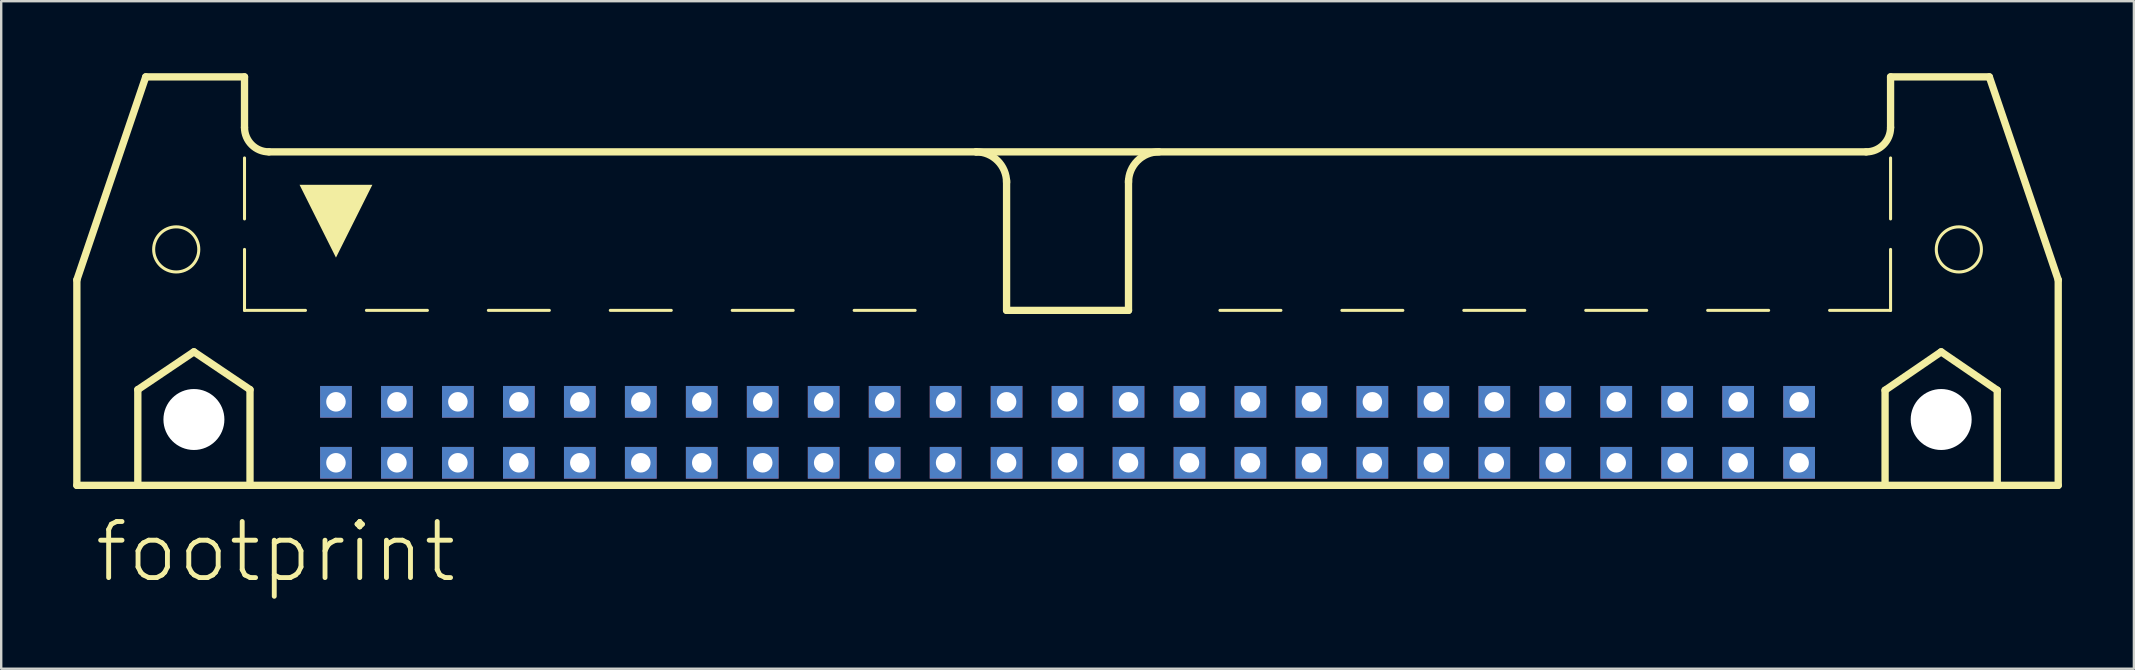
<source format=kicad_pcb>
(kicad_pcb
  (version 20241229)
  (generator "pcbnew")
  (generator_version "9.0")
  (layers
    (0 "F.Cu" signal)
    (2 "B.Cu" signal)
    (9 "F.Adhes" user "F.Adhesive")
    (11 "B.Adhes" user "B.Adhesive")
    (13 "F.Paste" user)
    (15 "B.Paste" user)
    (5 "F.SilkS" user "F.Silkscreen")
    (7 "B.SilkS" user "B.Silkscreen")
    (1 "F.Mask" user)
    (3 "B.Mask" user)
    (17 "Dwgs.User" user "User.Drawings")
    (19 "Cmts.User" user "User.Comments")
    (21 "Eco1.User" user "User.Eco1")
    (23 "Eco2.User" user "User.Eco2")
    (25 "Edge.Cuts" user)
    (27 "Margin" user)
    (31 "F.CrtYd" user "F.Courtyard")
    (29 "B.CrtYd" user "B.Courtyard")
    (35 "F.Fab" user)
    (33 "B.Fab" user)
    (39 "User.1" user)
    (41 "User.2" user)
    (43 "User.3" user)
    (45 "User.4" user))
  (footprint "footprint"
    (layer "F.Cu")
    (at 41.427 11.151)
    (property "Reference" "footprint" (at -40.64 10.16 0) (layer "F.SilkS") (effects (font (size 2.337 2.337) (thickness 0.203)) (justify left bottom)))
    (fp_line (start -41.275 -2.54) (end -41.275 6.02) (stroke (width 0.305) (type solid)) (layer "F.SilkS"))
    (fp_line (start -41.275 -2.54) (end -38.405 -10.998) (stroke (width 0.305) (type solid)) (layer "F.SilkS"))
    (fp_line (start -41.275 6.02) (end -38.735 6.02) (stroke (width 0.305) (type solid)) (layer "F.SilkS"))
    (fp_line (start -38.735 2.032) (end -36.398 0.457) (stroke (width 0.305) (type solid)) (layer "F.SilkS"))
    (fp_line (start -38.735 6.02) (end -38.735 2.032) (stroke (width 0.305) (type solid)) (layer "F.SilkS"))
    (fp_line (start -38.735 6.02) (end -34.061 6.02) (stroke (width 0.305) (type solid)) (layer "F.SilkS"))
    (fp_line (start -36.398 0.457) (end -34.061 2.032) (stroke (width 0.305) (type solid)) (layer "F.SilkS"))
    (fp_line (start -34.29 -10.998) (end -38.405 -10.998) (stroke (width 0.305) (type solid)) (layer "F.SilkS"))
    (fp_line (start -34.29 -8.89) (end -34.29 -10.998) (stroke (width 0.305) (type solid)) (layer "F.SilkS"))
    (fp_line (start -34.29 -5.08) (end -34.29 -7.62) (stroke (width 0.127) (type solid)) (layer "F.SilkS"))
    (fp_line (start -34.29 -1.27) (end -34.29 -3.81) (stroke (width 0.127) (type solid)) (layer "F.SilkS"))
    (fp_line (start -34.29 -1.27) (end -31.75 -1.27) (stroke (width 0.127) (type solid)) (layer "F.SilkS"))
    (fp_line (start -34.061 2.032) (end -34.061 6.02) (stroke (width 0.305) (type solid)) (layer "F.SilkS"))
    (fp_line (start -34.061 6.02) (end 34.061 6.02) (stroke (width 0.305) (type solid)) (layer "F.SilkS"))
    (fp_line (start -29.21 -1.27) (end -26.67 -1.27) (stroke (width 0.127) (type solid)) (layer "F.SilkS"))
    (fp_line (start -24.13 -1.27) (end -21.59 -1.27) (stroke (width 0.127) (type solid)) (layer "F.SilkS"))
    (fp_line (start -19.05 -1.27) (end -16.51 -1.27) (stroke (width 0.127) (type solid)) (layer "F.SilkS"))
    (fp_line (start -13.97 -1.27) (end -11.43 -1.27) (stroke (width 0.127) (type solid)) (layer "F.SilkS"))
    (fp_line (start -8.89 -1.27) (end -6.35 -1.27) (stroke (width 0.127) (type solid)) (layer "F.SilkS"))
    (fp_line (start -3.81 -7.874) (end -33.274 -7.874) (stroke (width 0.305) (type solid)) (layer "F.SilkS"))
    (fp_line (start -3.81 -7.874) (end 33.274 -7.874) (stroke (width 0.305) (type solid)) (layer "F.SilkS"))
    (fp_line (start -2.54 -1.27) (end -2.54 -6.68) (stroke (width 0.305) (type solid)) (layer "F.SilkS"))
    (fp_line (start 2.54 -1.27) (end -2.54 -1.27) (stroke (width 0.305) (type solid)) (layer "F.SilkS"))
    (fp_line (start 2.54 -1.27) (end 2.54 -6.68) (stroke (width 0.305) (type solid)) (layer "F.SilkS"))
    (fp_line (start 8.89 -1.27) (end 6.35 -1.27) (stroke (width 0.127) (type solid)) (layer "F.SilkS"))
    (fp_line (start 13.97 -1.27) (end 11.43 -1.27) (stroke (width 0.127) (type solid)) (layer "F.SilkS"))
    (fp_line (start 19.05 -1.27) (end 16.51 -1.27) (stroke (width 0.127) (type solid)) (layer "F.SilkS"))
    (fp_line (start 24.13 -1.27) (end 21.59 -1.27) (stroke (width 0.127) (type solid)) (layer "F.SilkS"))
    (fp_line (start 29.21 -1.27) (end 26.67 -1.27) (stroke (width 0.127) (type solid)) (layer "F.SilkS"))
    (fp_line (start 34.061 2.057) (end 36.398 0.457) (stroke (width 0.305) (type solid)) (layer "F.SilkS"))
    (fp_line (start 34.061 6.02) (end 34.061 2.057) (stroke (width 0.305) (type solid)) (layer "F.SilkS"))
    (fp_line (start 34.061 6.02) (end 38.735 6.02) (stroke (width 0.305) (type solid)) (layer "F.SilkS"))
    (fp_line (start 34.29 -10.998) (end 38.405 -10.998) (stroke (width 0.305) (type solid)) (layer "F.SilkS"))
    (fp_line (start 34.29 -8.89) (end 34.29 -10.998) (stroke (width 0.305) (type solid)) (layer "F.SilkS"))
    (fp_line (start 34.29 -5.08) (end 34.29 -7.62) (stroke (width 0.127) (type solid)) (layer "F.SilkS"))
    (fp_line (start 34.29 -1.27) (end 31.75 -1.27) (stroke (width 0.127) (type solid)) (layer "F.SilkS"))
    (fp_line (start 34.29 -1.27) (end 34.29 -3.81) (stroke (width 0.127) (type solid)) (layer "F.SilkS"))
    (fp_line (start 36.398 0.457) (end 38.735 2.057) (stroke (width 0.305) (type solid)) (layer "F.SilkS"))
    (fp_line (start 38.735 2.057) (end 38.735 6.02) (stroke (width 0.305) (type solid)) (layer "F.SilkS"))
    (fp_line (start 38.735 6.02) (end 41.275 6.02) (stroke (width 0.305) (type solid)) (layer "F.SilkS"))
    (fp_line (start 41.275 -2.54) (end 38.405 -10.998) (stroke (width 0.305) (type solid)) (layer "F.SilkS"))
    (fp_line (start 41.275 6.02) (end 41.275 -2.54) (stroke (width 0.305) (type solid)) (layer "F.SilkS"))
    (fp_arc (start -33.274 -7.874) (mid -33.99242 -8.17158) (end -34.29 -8.89) (stroke (width 0.3048) (type solid)) (layer "F.SilkS"))
    (fp_arc (start -3.81 -7.874) (mid -2.911974 -7.502026) (end -2.54 -6.604) (stroke (width 0.3048) (type solid)) (layer "F.SilkS"))
    (fp_arc (start 2.54 -6.604) (mid 2.911974 -7.502026) (end 3.81 -7.874) (stroke (width 0.3048) (type solid)) (layer "F.SilkS"))
    (fp_arc (start 34.29 -8.89) (mid 33.99242 -8.17158) (end 33.274 -7.874) (stroke (width 0.3048) (type solid)) (layer "F.SilkS"))
    (fp_circle (center -37.135 -3.81) (end -36.195 -3.81) (stroke (width 0.127) (type solid)) (fill no) (layer "F.SilkS"))
    (fp_circle (center 37.135 -3.81) (end 38.075 -3.81) (stroke (width 0.127) (type solid)) (fill no) (layer "F.SilkS"))
    (fp_poly (pts (xy -30.48 -3.469) (xy -31.997 -6.502) (xy -28.963 -6.502)) (stroke (width 0) (type solid)) (fill yes) (layer "F.SilkS"))
    (pad "" np_thru_hole circle (at -36.398 3.277) (size 2.54 2.54) (drill 2.54) (layers "*.Cu" "*.Mask"))
    (pad "" np_thru_hole circle (at 36.398 3.277) (size 2.54 2.54) (drill 2.54) (layers "*.Cu" "*.Mask"))
    (pad "1" thru_hole rect (at -30.48 5.08) (size 1.321 1.321) (drill 0.813) (layers "*.Cu" "*.Mask"))
    (pad "2" thru_hole rect (at -30.48 2.54) (size 1.321 1.321) (drill 0.813) (layers "*.Cu" "*.Mask"))
    (pad "3" thru_hole rect (at -27.94 5.08) (size 1.321 1.321) (drill 0.813) (layers "*.Cu" "*.Mask"))
    (pad "4" thru_hole rect (at -27.94 2.54) (size 1.321 1.321) (drill 0.813) (layers "*.Cu" "*.Mask"))
    (pad "5" thru_hole rect (at -25.4 5.08) (size 1.321 1.321) (drill 0.813) (layers "*.Cu" "*.Mask"))
    (pad "6" thru_hole rect (at -25.4 2.54) (size 1.321 1.321) (drill 0.813) (layers "*.Cu" "*.Mask"))
    (pad "7" thru_hole rect (at -22.86 5.08) (size 1.321 1.321) (drill 0.813) (layers "*.Cu" "*.Mask"))
    (pad "8" thru_hole rect (at -22.86 2.54) (size 1.321 1.321) (drill 0.813) (layers "*.Cu" "*.Mask"))
    (pad "9" thru_hole rect (at -20.32 5.08) (size 1.321 1.321) (drill 0.813) (layers "*.Cu" "*.Mask"))
    (pad "10" thru_hole rect (at -20.32 2.54) (size 1.321 1.321) (drill 0.813) (layers "*.Cu" "*.Mask"))
    (pad "11" thru_hole rect (at -17.78 5.08) (size 1.321 1.321) (drill 0.813) (layers "*.Cu" "*.Mask"))
    (pad "12" thru_hole rect (at -17.78 2.54) (size 1.321 1.321) (drill 0.813) (layers "*.Cu" "*.Mask"))
    (pad "13" thru_hole rect (at -15.24 5.08) (size 1.321 1.321) (drill 0.813) (layers "*.Cu" "*.Mask"))
    (pad "14" thru_hole rect (at -15.24 2.54) (size 1.321 1.321) (drill 0.813) (layers "*.Cu" "*.Mask"))
    (pad "15" thru_hole rect (at -12.7 5.08) (size 1.321 1.321) (drill 0.813) (layers "*.Cu" "*.Mask"))
    (pad "16" thru_hole rect (at -12.7 2.54) (size 1.321 1.321) (drill 0.813) (layers "*.Cu" "*.Mask"))
    (pad "17" thru_hole rect (at -10.16 5.08) (size 1.321 1.321) (drill 0.813) (layers "*.Cu" "*.Mask"))
    (pad "18" thru_hole rect (at -10.16 2.54) (size 1.321 1.321) (drill 0.813) (layers "*.Cu" "*.Mask"))
    (pad "19" thru_hole rect (at -7.62 5.08) (size 1.321 1.321) (drill 0.813) (layers "*.Cu" "*.Mask"))
    (pad "20" thru_hole rect (at -7.62 2.54) (size 1.321 1.321) (drill 0.813) (layers "*.Cu" "*.Mask"))
    (pad "21" thru_hole rect (at -5.08 5.08) (size 1.321 1.321) (drill 0.813) (layers "*.Cu" "*.Mask"))
    (pad "22" thru_hole rect (at -5.08 2.54) (size 1.321 1.321) (drill 0.813) (layers "*.Cu" "*.Mask"))
    (pad "23" thru_hole rect (at -2.54 5.08) (size 1.321 1.321) (drill 0.813) (layers "*.Cu" "*.Mask"))
    (pad "24" thru_hole rect (at -2.54 2.54) (size 1.321 1.321) (drill 0.813) (layers "*.Cu" "*.Mask"))
    (pad "25" thru_hole rect (at 0 5.08) (size 1.321 1.321) (drill 0.813) (layers "*.Cu" "*.Mask"))
    (pad "26" thru_hole rect (at 0 2.54) (size 1.321 1.321) (drill 0.813) (layers "*.Cu" "*.Mask"))
    (pad "27" thru_hole rect (at 2.54 5.08) (size 1.321 1.321) (drill 0.813) (layers "*.Cu" "*.Mask"))
    (pad "28" thru_hole rect (at 2.54 2.54) (size 1.321 1.321) (drill 0.813) (layers "*.Cu" "*.Mask"))
    (pad "29" thru_hole rect (at 5.08 5.08) (size 1.321 1.321) (drill 0.813) (layers "*.Cu" "*.Mask"))
    (pad "30" thru_hole rect (at 5.08 2.54) (size 1.321 1.321) (drill 0.813) (layers "*.Cu" "*.Mask"))
    (pad "31" thru_hole rect (at 7.62 5.08) (size 1.321 1.321) (drill 0.813) (layers "*.Cu" "*.Mask"))
    (pad "32" thru_hole rect (at 7.62 2.54) (size 1.321 1.321) (drill 0.813) (layers "*.Cu" "*.Mask"))
    (pad "33" thru_hole rect (at 10.16 5.08) (size 1.321 1.321) (drill 0.813) (layers "*.Cu" "*.Mask"))
    (pad "34" thru_hole rect (at 10.16 2.54) (size 1.321 1.321) (drill 0.813) (layers "*.Cu" "*.Mask"))
    (pad "35" thru_hole rect (at 12.7 5.08) (size 1.321 1.321) (drill 0.813) (layers "*.Cu" "*.Mask"))
    (pad "36" thru_hole rect (at 12.7 2.54) (size 1.321 1.321) (drill 0.813) (layers "*.Cu" "*.Mask"))
    (pad "37" thru_hole rect (at 15.24 5.08) (size 1.321 1.321) (drill 0.813) (layers "*.Cu" "*.Mask"))
    (pad "38" thru_hole rect (at 15.24 2.54) (size 1.321 1.321) (drill 0.813) (layers "*.Cu" "*.Mask"))
    (pad "39" thru_hole rect (at 17.78 5.08) (size 1.321 1.321) (drill 0.813) (layers "*.Cu" "*.Mask"))
    (pad "40" thru_hole rect (at 17.78 2.54) (size 1.321 1.321) (drill 0.813) (layers "*.Cu" "*.Mask"))
    (pad "41" thru_hole rect (at 20.32 5.08) (size 1.321 1.321) (drill 0.813) (layers "*.Cu" "*.Mask"))
    (pad "42" thru_hole rect (at 20.32 2.54) (size 1.321 1.321) (drill 0.813) (layers "*.Cu" "*.Mask"))
    (pad "43" thru_hole rect (at 22.86 5.08) (size 1.321 1.321) (drill 0.813) (layers "*.Cu" "*.Mask"))
    (pad "44" thru_hole rect (at 22.86 2.54) (size 1.321 1.321) (drill 0.813) (layers "*.Cu" "*.Mask"))
    (pad "45" thru_hole rect (at 25.4 5.08) (size 1.321 1.321) (drill 0.813) (layers "*.Cu" "*.Mask"))
    (pad "46" thru_hole rect (at 25.4 2.54) (size 1.321 1.321) (drill 0.813) (layers "*.Cu" "*.Mask"))
    (pad "47" thru_hole rect (at 27.94 5.08) (size 1.321 1.321) (drill 0.813) (layers "*.Cu" "*.Mask"))
    (pad "48" thru_hole rect (at 27.94 2.54) (size 1.321 1.321) (drill 0.813) (layers "*.Cu" "*.Mask"))
    (pad "49" thru_hole rect (at 30.48 5.08) (size 1.321 1.321) (drill 0.813) (layers "*.Cu" "*.Mask"))
    (pad "50" thru_hole rect (at 30.48 2.54) (size 1.321 1.321) (drill 0.813) (layers "*.Cu" "*.Mask"))
    (zone (net_name "") (layer "B.Cu") (hatch edge 0.508) (connect_pads) (min_thickness 0.254) (filled_areas_thickness no) (keepout (tracks not_allowed) (vias not_allowed) (pads not_allowed) (copperpour not_allowed) (footprints allowed)) (placement (enabled no)) (fill) (polygon (pts (xy 7.595 14.427) (xy 7.556 13.982) (xy 7.44 13.55) (xy 7.251 13.145) (xy 6.994 12.778) (xy 6.678 12.462) (xy 6.312 12.205) (xy 5.907 12.017) (xy 5.475 11.901) (xy 5.029 11.862) (xy 4.584 11.901) (xy 4.152 12.017) (xy 3.747 12.205) (xy 3.38 12.462) (xy 3.064 12.778) (xy 2.807 13.145) (xy 2.619 13.55) (xy 2.503 13.982) (xy 2.464 14.427) (xy 2.503 14.873) (xy 2.619 15.305) (xy 2.807 15.71) (xy 3.064 16.076) (xy 3.38 16.392) (xy 3.747 16.649) (xy 4.152 16.838) (xy 4.584 16.954) (xy 5.029 16.993) (xy 5.475 16.954) (xy 5.907 16.838) (xy 6.312 16.649) (xy 6.678 16.392) (xy 6.994 16.076) (xy 7.251 15.71) (xy 7.44 15.305) (xy 7.556 14.873))) (polygon (pts (xy 6.325 14.427) (xy 6.305 14.202) (xy 6.246 13.984) (xy 6.151 13.78) (xy 6.022 13.595) (xy 5.862 13.435) (xy 5.677 13.305) (xy 5.472 13.21) (xy 5.254 13.151) (xy 5.029 13.132) (xy 4.804 13.151) (xy 4.586 13.21) (xy 4.381 13.305) (xy 4.197 13.435) (xy 4.037 13.595) (xy 3.907 13.78) (xy 3.812 13.984) (xy 3.753 14.202) (xy 3.734 14.427) (xy 3.753 14.652) (xy 3.812 14.87) (xy 3.907 15.075) (xy 4.037 15.26) (xy 4.197 15.42) (xy 4.381 15.549) (xy 4.586 15.644) (xy 4.804 15.703) (xy 5.029 15.723) (xy 5.254 15.703) (xy 5.472 15.644) (xy 5.677 15.549) (xy 5.862 15.42) (xy 6.022 15.26) (xy 6.151 15.075) (xy 6.246 14.87) (xy 6.305 14.652))))
    (zone (net_name "") (layer "B.Cu") (hatch edge 0.508) (connect_pads) (min_thickness 0.254) (filled_areas_thickness no) (keepout (tracks not_allowed) (vias not_allowed) (pads not_allowed) (copperpour not_allowed) (footprints allowed)) (placement (enabled no)) (fill) (polygon (pts (xy 80.391 14.427) (xy 80.352 13.982) (xy 80.236 13.55) (xy 80.047 13.145) (xy 79.791 12.778) (xy 79.475 12.462) (xy 79.108 12.205) (xy 78.703 12.017) (xy 78.271 11.901) (xy 77.826 11.862) (xy 77.38 11.901) (xy 76.948 12.017) (xy 76.543 12.205) (xy 76.177 12.462) (xy 75.86 12.778) (xy 75.604 13.145) (xy 75.415 13.55) (xy 75.299 13.982) (xy 75.26 14.427) (xy 75.299 14.873) (xy 75.415 15.305) (xy 75.604 15.71) (xy 75.86 16.076) (xy 76.177 16.392) (xy 76.543 16.649) (xy 76.948 16.838) (xy 77.38 16.954) (xy 77.826 16.993) (xy 78.271 16.954) (xy 78.703 16.838) (xy 79.108 16.649) (xy 79.475 16.392) (xy 79.791 16.076) (xy 80.047 15.71) (xy 80.236 15.305) (xy 80.352 14.873))) (polygon (pts (xy 79.121 14.427) (xy 79.101 14.202) (xy 79.043 13.984) (xy 78.947 13.78) (xy 78.818 13.595) (xy 78.658 13.435) (xy 78.473 13.305) (xy 78.269 13.21) (xy 78.051 13.151) (xy 77.826 13.132) (xy 77.601 13.151) (xy 77.383 13.21) (xy 77.178 13.305) (xy 76.993 13.435) (xy 76.833 13.595) (xy 76.704 13.78) (xy 76.608 13.984) (xy 76.55 14.202) (xy 76.53 14.427) (xy 76.55 14.652) (xy 76.608 14.87) (xy 76.704 15.075) (xy 76.833 15.26) (xy 76.993 15.42) (xy 77.178 15.549) (xy 77.383 15.644) (xy 77.601 15.703) (xy 77.826 15.723) (xy 78.051 15.703) (xy 78.269 15.644) (xy 78.473 15.549) (xy 78.658 15.42) (xy 78.818 15.26) (xy 78.947 15.075) (xy 79.043 14.87) (xy 79.101 14.652)))))
  (gr_rect
    (start -3 -3)
    (end 85.855 24.811)
    (stroke (width 0.1) (type default))
    (fill no)
    (layer "Edge.Cuts")))
</source>
